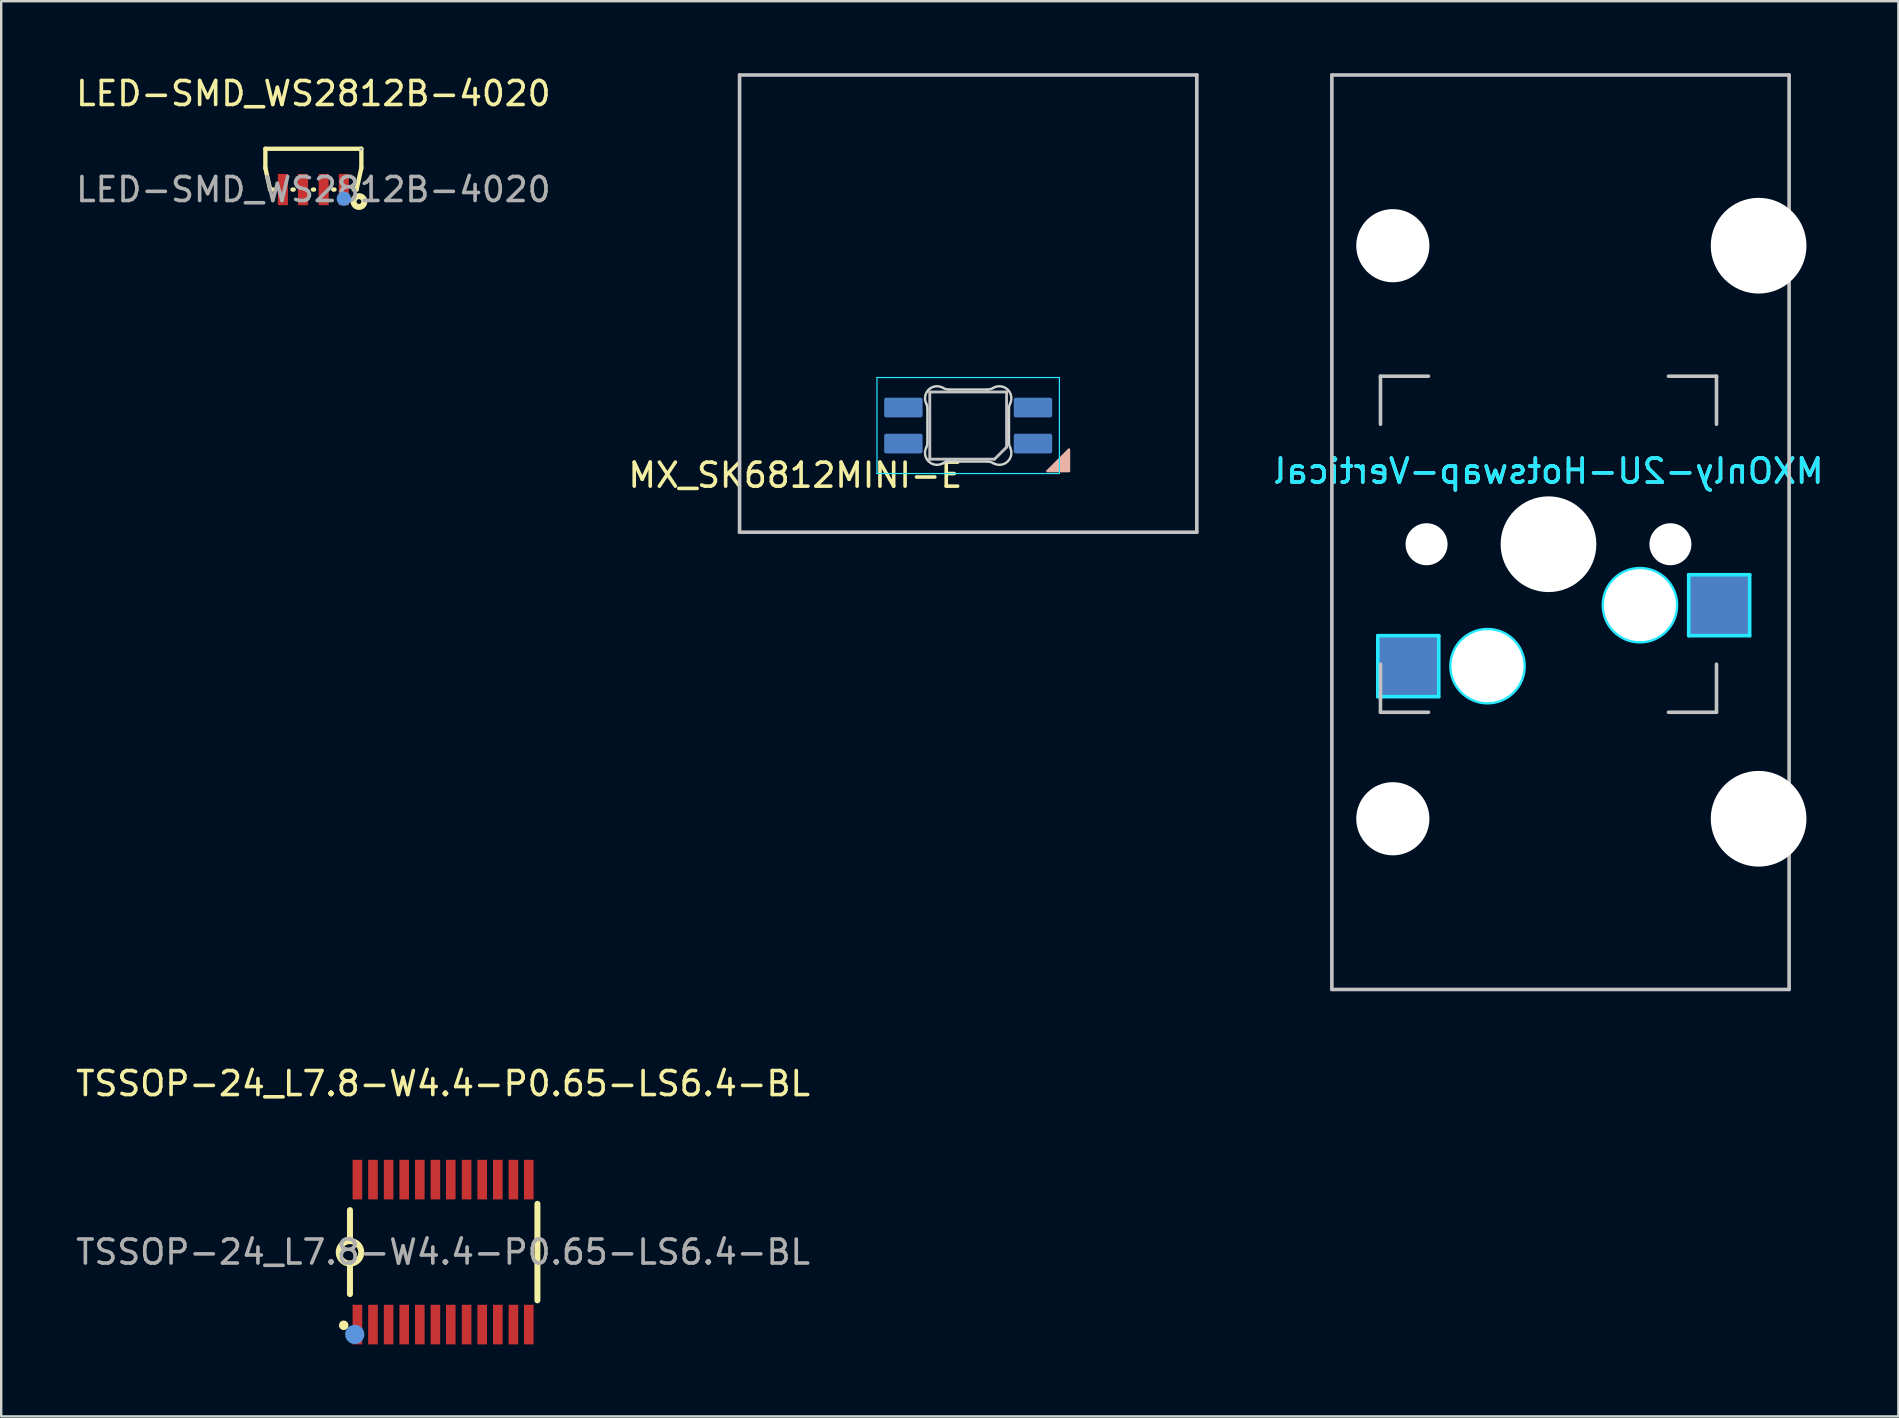
<source format=kicad_pcb>
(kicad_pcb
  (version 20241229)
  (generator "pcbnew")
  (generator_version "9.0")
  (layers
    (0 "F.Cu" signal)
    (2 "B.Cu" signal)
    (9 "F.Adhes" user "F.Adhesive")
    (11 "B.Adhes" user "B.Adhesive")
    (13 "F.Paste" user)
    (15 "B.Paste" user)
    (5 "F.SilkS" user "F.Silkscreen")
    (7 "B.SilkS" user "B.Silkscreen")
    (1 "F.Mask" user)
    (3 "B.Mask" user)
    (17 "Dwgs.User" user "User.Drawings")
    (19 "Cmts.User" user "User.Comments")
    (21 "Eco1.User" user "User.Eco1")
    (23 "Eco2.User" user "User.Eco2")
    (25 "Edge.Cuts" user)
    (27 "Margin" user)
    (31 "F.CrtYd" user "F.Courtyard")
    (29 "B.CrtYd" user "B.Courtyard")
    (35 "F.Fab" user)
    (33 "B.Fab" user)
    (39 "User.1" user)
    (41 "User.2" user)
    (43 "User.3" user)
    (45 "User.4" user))
  (footprint "MX_SK6812MINI-E"
    (layer "F.Cu")
    (at 37.289 9.6)
    (property "Reference" "MX_SK6812MINI-E" (at -7.2 7.15 0) (layer "F.SilkS") (effects (font (size 1 1) (thickness 0.15))))
    (attr through_hole)
    (fp_poly (pts (xy 4.2 6.08) (xy 3.3 6.98) (xy 4.2 6.98)) (stroke (width 0.1) (type solid)) (fill yes) (layer "B.SilkS"))
    (fp_line (start -9.525 -9.525) (end 9.525 -9.525) (stroke (width 0.15) (type solid)) (layer "Dwgs.User"))
    (fp_line (start -9.525 9.525) (end -9.525 -9.525) (stroke (width 0.15) (type solid)) (layer "Dwgs.User"))
    (fp_line (start -1.6 3.68) (end -1.6 6.48) (stroke (width 0.12) (type solid)) (layer "Dwgs.User"))
    (fp_line (start -1.6 6.48) (end 1.1 6.48) (stroke (width 0.12) (type solid)) (layer "Dwgs.User"))
    (fp_line (start 1.6 3.68) (end -1.6 3.68) (stroke (width 0.12) (type solid)) (layer "Dwgs.User"))
    (fp_line (start 1.6 5.98) (end 1.1 6.48) (stroke (width 0.12) (type solid)) (layer "Dwgs.User"))
    (fp_line (start 1.6 5.98) (end 1.6 3.68) (stroke (width 0.12) (type solid)) (layer "Dwgs.User"))
    (fp_line (start 9.525 -9.525) (end 9.525 9.525) (stroke (width 0.15) (type solid)) (layer "Dwgs.User"))
    (fp_line (start 9.525 9.525) (end -9.525 9.525) (stroke (width 0.15) (type solid)) (layer "Dwgs.User"))
    (fp_line (start -1.7 5.783) (end -1.7 4.377) (stroke (width 0.1) (type solid)) (layer "Edge.Cuts"))
    (fp_line (start -0.794 3.58) (end 0.794 3.58) (stroke (width 0.1) (type solid)) (layer "Edge.Cuts"))
    (fp_line (start 0.794 6.58) (end -0.794 6.58) (stroke (width 0.1) (type solid)) (layer "Edge.Cuts"))
    (fp_line (start 1.7 4.377) (end 1.7 5.783) (stroke (width 0.1) (type solid)) (layer "Edge.Cuts"))
    (fp_arc (start -1.749484 4.160279) (mid -1.712527 4.265931) (end -1.699999 4.377157) (stroke (width 0.1) (type solid)) (layer "Edge.Cuts"))
    (fp_arc (start -1.749484 4.160279) (mid -1.638071 3.575964) (end -1.046711 3.5117) (stroke (width 0.1) (type solid)) (layer "Edge.Cuts"))
    (fp_arc (start -1.699999 5.782842) (mid -1.712527 5.894067) (end -1.749484 5.999719) (stroke (width 0.1) (type solid)) (layer "Edge.Cuts"))
    (fp_arc (start -1.046711 6.648296) (mid -1.63807 6.584033) (end -1.749484 5.999719) (stroke (width 0.1) (type solid)) (layer "Edge.Cuts"))
    (fp_arc (start -1.04671 6.648298) (mid -0.925122 6.597376) (end -0.794452 6.579999) (stroke (width 0.1) (type solid)) (layer "Edge.Cuts"))
    (fp_arc (start -0.794453 3.579999) (mid -0.925123 3.562622) (end -1.046711 3.5117) (stroke (width 0.1) (type solid)) (layer "Edge.Cuts"))
    (fp_arc (start 0.794452 6.579999) (mid 0.925123 6.597376) (end 1.046711 6.648298) (stroke (width 0.1) (type solid)) (layer "Edge.Cuts"))
    (fp_arc (start 1.046711 3.511701) (mid 0.925123 3.562623) (end 0.794453 3.58) (stroke (width 0.1) (type solid)) (layer "Edge.Cuts"))
    (fp_arc (start 1.046711 3.511701) (mid 1.638071 3.575965) (end 1.749484 4.160279) (stroke (width 0.1) (type solid)) (layer "Edge.Cuts"))
    (fp_arc (start 1.699999 4.377156) (mid 1.712527 4.265931) (end 1.749484 4.160279) (stroke (width 0.1) (type solid)) (layer "Edge.Cuts"))
    (fp_arc (start 1.749484 5.999718) (mid 1.638072 6.584034) (end 1.046711 6.648298) (stroke (width 0.1) (type solid)) (layer "Edge.Cuts"))
    (fp_arc (start 1.749484 5.999719) (mid 1.712527 5.894067) (end 1.699999 5.782841) (stroke (width 0.1) (type solid)) (layer "Edge.Cuts"))
    (fp_line (start -3.8 3.08) (end -3.8 7.08) (stroke (width 0.05) (type solid)) (layer "B.CrtYd"))
    (fp_line (start -3.8 7.08) (end 3.8 7.08) (stroke (width 0.05) (type solid)) (layer "B.CrtYd"))
    (fp_line (start 3.8 3.08) (end -3.8 3.08) (stroke (width 0.05) (type solid)) (layer "B.CrtYd"))
    (fp_line (start 3.8 7.08) (end 3.8 3.08) (stroke (width 0.05) (type solid)) (layer "B.CrtYd"))
    (pad "1" smd roundrect (at -2.7 4.33 270) (size 0.82 1.6) (layers "B.Cu" "B.Mask" "B.Paste") (roundrect_rratio 0.1))
    (pad "2" smd roundrect (at -2.7 5.83 270) (size 0.82 1.6) (layers "B.Cu" "B.Mask" "B.Paste") (roundrect_rratio 0.1))
    (pad "3" smd roundrect (at 2.7 5.83 270) (size 0.82 1.6) (layers "B.Cu" "B.Mask" "B.Paste") (roundrect_rratio 0.1))
    (pad "4" smd roundrect (at 2.7 4.33 270) (size 0.82 1.6) (layers "B.Cu" "B.Mask" "B.Paste") (roundrect_rratio 0.1)))
  (footprint "TSSOP-24_L7.8-W4.4-P0.65-LS6.4-BL"
    (layer "F.Cu")
    (at 15.411 49.118)
    (property "Reference" "TSSOP-24_L7.8-W4.4-P0.65-LS6.4-BL" (at 0 -7.02 0) (layer "F.SilkS") (effects (font (size 1 1) (thickness 0.15))))
    (attr through_hole)
    (fp_line (start -3.88 -0.48) (end -3.88 -1.75) (stroke (width 0.25) (type solid)) (layer "F.SilkS"))
    (fp_line (start -3.88 1.75) (end -3.88 0.48) (stroke (width 0.25) (type solid)) (layer "F.SilkS"))
    (fp_line (start 3.93 -2.01) (end 3.93 2.01) (stroke (width 0.25) (type solid)) (layer "F.SilkS"))
    (fp_arc (start -3.888203 0.479928) (mid -3.875898 -0.459982) (end -3.88 0.48) (stroke (width 0.25) (type solid)) (layer "F.SilkS"))
    (fp_circle (center -4.14 3.05) (end -4.04 3.05) (stroke (width 0.2) (type solid)) (fill no) (layer "F.SilkS"))
    (fp_circle (center -3.68 3.43) (end -3.48 3.43) (stroke (width 0.4) (type solid)) (fill no) (layer "Cmts.User"))
    (fp_circle (center -3.9 3.19) (end -3.87 3.19) (stroke (width 0.06) (type solid)) (fill no) (layer "F.Fab"))
    (fp_text user "${REFERENCE}" (at 0 0 0) (layer "F.Fab") (effects (font (size 1 1) (thickness 0.15))))
    (pad "1" smd rect (at -3.57 3.02) (size 0.4 1.65) (layers "F.Cu" "F.Mask" "F.Paste"))
    (pad "2" smd rect (at -2.92 3.02) (size 0.4 1.65) (layers "F.Cu" "F.Mask" "F.Paste"))
    (pad "3" smd rect (at -2.27 3.02) (size 0.4 1.65) (layers "F.Cu" "F.Mask" "F.Paste"))
    (pad "4" smd rect (at -1.62 3.02) (size 0.4 1.65) (layers "F.Cu" "F.Mask" "F.Paste"))
    (pad "5" smd rect (at -0.97 3.02) (size 0.4 1.65) (layers "F.Cu" "F.Mask" "F.Paste"))
    (pad "6" smd rect (at -0.32 3.02) (size 0.4 1.65) (layers "F.Cu" "F.Mask" "F.Paste"))
    (pad "7" smd rect (at 0.32 3.02) (size 0.4 1.65) (layers "F.Cu" "F.Mask" "F.Paste"))
    (pad "8" smd rect (at 0.98 3.02) (size 0.4 1.65) (layers "F.Cu" "F.Mask" "F.Paste"))
    (pad "9" smd rect (at 1.63 3.02) (size 0.4 1.65) (layers "F.Cu" "F.Mask" "F.Paste"))
    (pad "10" smd rect (at 2.28 3.02) (size 0.4 1.65) (layers "F.Cu" "F.Mask" "F.Paste"))
    (pad "11" smd rect (at 2.93 3.02) (size 0.4 1.65) (layers "F.Cu" "F.Mask" "F.Paste"))
    (pad "12" smd rect (at 3.57 3.02) (size 0.4 1.65) (layers "F.Cu" "F.Mask" "F.Paste"))
    (pad "13" smd rect (at 3.57 -3.02) (size 0.4 1.65) (layers "F.Cu" "F.Mask" "F.Paste"))
    (pad "14" smd rect (at 2.93 -3.02) (size 0.4 1.65) (layers "F.Cu" "F.Mask" "F.Paste"))
    (pad "15" smd rect (at 2.28 -3.02) (size 0.4 1.65) (layers "F.Cu" "F.Mask" "F.Paste"))
    (pad "16" smd rect (at 1.63 -3.02) (size 0.4 1.65) (layers "F.Cu" "F.Mask" "F.Paste"))
    (pad "17" smd rect (at 0.98 -3.02) (size 0.4 1.65) (layers "F.Cu" "F.Mask" "F.Paste"))
    (pad "18" smd rect (at 0.32 -3.02) (size 0.4 1.65) (layers "F.Cu" "F.Mask" "F.Paste"))
    (pad "19" smd rect (at -0.32 -3.02) (size 0.4 1.65) (layers "F.Cu" "F.Mask" "F.Paste"))
    (pad "20" smd rect (at -0.97 -3.02) (size 0.4 1.65) (layers "F.Cu" "F.Mask" "F.Paste"))
    (pad "21" smd rect (at -1.62 -3.02) (size 0.4 1.65) (layers "F.Cu" "F.Mask" "F.Paste"))
    (pad "22" smd rect (at -2.27 -3.02) (size 0.4 1.65) (layers "F.Cu" "F.Mask" "F.Paste"))
    (pad "23" smd rect (at -2.92 -3.02) (size 0.4 1.65) (layers "F.Cu" "F.Mask" "F.Paste"))
    (pad "24" smd rect (at -3.57 -3.02) (size 0.4 1.65) (layers "F.Cu" "F.Mask" "F.Paste")))
  (footprint "LED-SMD_WS2812B-4020"
    (layer "F.Cu")
    (at 10.006 4.848)
    (property "Reference" "LED-SMD_WS2812B-4020" (at 0 -4 0) (layer "F.SilkS") (effects (font (size 1 1) (thickness 0.15))))
    (attr through_hole)
    (fp_line (start -2 -1.7) (end 2 -1.7) (stroke (width 0.18) (type solid)) (layer "F.SilkS"))
    (fp_line (start -2 -0.9) (end -2 -1.7) (stroke (width 0.18) (type solid)) (layer "F.SilkS"))
    (fp_line (start -1.8 0) (end -2 -0.9) (stroke (width 0.18) (type solid)) (layer "F.SilkS"))
    (fp_line (start -1.67 0) (end -1.8 0) (stroke (width 0.18) (type solid)) (layer "F.SilkS"))
    (fp_line (start -0.82 0) (end -0.87 0) (stroke (width 0.18) (type solid)) (layer "F.SilkS"))
    (fp_line (start 0.03 0) (end -0.02 0) (stroke (width 0.18) (type solid)) (layer "F.SilkS"))
    (fp_line (start 0.88 0) (end 0.83 0) (stroke (width 0.18) (type solid)) (layer "F.SilkS"))
    (fp_line (start 1.8 0) (end 1.68 0) (stroke (width 0.18) (type solid)) (layer "F.SilkS"))
    (fp_line (start 2 -1.7) (end 2 -0.9) (stroke (width 0.18) (type solid)) (layer "F.SilkS"))
    (fp_line (start 2 -0.9) (end 1.8 0) (stroke (width 0.18) (type solid)) (layer "F.SilkS"))
    (fp_circle (center 1.9 0.5) (end 2 0.5) (stroke (width 0.25) (type solid)) (fill no) (layer "F.SilkS"))
    (fp_circle (center 1.27 0.38) (end 1.42 0.38) (stroke (width 0.3) (type solid)) (fill no) (layer "Cmts.User"))
    (fp_circle (center 1.99 -1.68) (end 2.02 -1.68) (stroke (width 0.06) (type solid)) (fill no) (layer "F.Fab"))
    (fp_text user "${REFERENCE}" (at 0 0 0) (layer "F.Fab") (effects (font (size 1 1) (thickness 0.15))))
    (pad "1" smd rect (at 1.27 0) (size 0.42 1.3) (layers "F.Cu" "F.Mask" "F.Paste"))
    (pad "2" smd rect (at 0.43 0 180) (size 0.42 1.3) (layers "F.Cu" "F.Mask" "F.Paste"))
    (pad "3" smd rect (at -0.43 0 180) (size 0.42 1.3) (layers "F.Cu" "F.Mask" "F.Paste"))
    (pad "4" smd rect (at -1.27 0 180) (size 0.42 1.3) (layers "F.Cu" "F.Mask" "F.Paste")))
  (footprint "MXOnly-2U-Hotswap-Vertical"
    (layer "F.Cu")
    (at 61.967 19.125)
    (property "Reference" "MXOnly-2U-Hotswap-Vertical" (at -0.5 -2.548 180) (layer "B.CrtYd") (effects (font (size 1 1) (thickness 0.15)) (justify mirror)))
    (attr smd)
    (fp_line (start -9.525 -19.05) (end 9.525 -19.05) (stroke (width 0.15) (type solid)) (layer "Dwgs.User"))
    (fp_line (start -9.525 19.05) (end -9.525 -19.05) (stroke (width 0.15) (type solid)) (layer "Dwgs.User"))
    (fp_line (start -7.5 -6.5) (end -7.5 -4.5) (stroke (width 0.15) (type solid)) (layer "Dwgs.User"))
    (fp_line (start -7.5 7.5) (end -7.5 5.5) (stroke (width 0.15) (type solid)) (layer "Dwgs.User"))
    (fp_line (start -5.5 -6.5) (end -7.5 -6.5) (stroke (width 0.15) (type solid)) (layer "Dwgs.User"))
    (fp_line (start -5.5 7.5) (end -7.5 7.5) (stroke (width 0.15) (type solid)) (layer "Dwgs.User"))
    (fp_line (start 4.5 7.5) (end 6.5 7.5) (stroke (width 0.15) (type solid)) (layer "Dwgs.User"))
    (fp_line (start 6.5 -6.5) (end 4.5 -6.5) (stroke (width 0.15) (type solid)) (layer "Dwgs.User"))
    (fp_line (start 6.5 -4.5) (end 6.5 -6.5) (stroke (width 0.15) (type solid)) (layer "Dwgs.User"))
    (fp_line (start 6.5 7.5) (end 6.5 5.5) (stroke (width 0.15) (type solid)) (layer "Dwgs.User"))
    (fp_line (start 9.525 -19.05) (end 9.525 19.05) (stroke (width 0.15) (type solid)) (layer "Dwgs.User"))
    (fp_line (start 9.525 19.05) (end -9.525 19.05) (stroke (width 0.15) (type solid)) (layer "Dwgs.User"))
    (fp_line (start -7.612 4.31) (end -5.072 4.31) (stroke (width 0.15) (type solid)) (layer "B.CrtYd"))
    (fp_line (start -7.612 6.85) (end -7.612 4.31) (stroke (width 0.15) (type solid)) (layer "B.CrtYd"))
    (fp_line (start -5.072 4.31) (end -5.072 6.85) (stroke (width 0.15) (type solid)) (layer "B.CrtYd"))
    (fp_line (start -5.072 6.85) (end -7.612 6.85) (stroke (width 0.15) (type solid)) (layer "B.CrtYd"))
    (fp_line (start 5.342 1.77) (end 7.882 1.77) (stroke (width 0.15) (type solid)) (layer "B.CrtYd"))
    (fp_line (start 5.342 4.31) (end 5.342 1.77) (stroke (width 0.15) (type solid)) (layer "B.CrtYd"))
    (fp_line (start 7.882 1.77) (end 7.882 4.31) (stroke (width 0.15) (type solid)) (layer "B.CrtYd"))
    (fp_line (start 7.882 4.31) (end 5.342 4.31) (stroke (width 0.15) (type solid)) (layer "B.CrtYd"))
    (fp_circle (center -3.04 5.58) (end -3.04 7.104) (stroke (width 0.15) (type solid)) (fill no) (layer "B.CrtYd"))
    (fp_circle (center 3.31 3.04) (end 3.31 4.564) (stroke (width 0.15) (type solid)) (fill no) (layer "B.CrtYd"))
    (fp_text user "${REFERENCE}" (at -0.5 -2.548 0) (layer "B.SilkS") (effects (font (size 1 1) (thickness 0.15)) (justify mirror)))
    (pad "" np_thru_hole circle (at -6.985 -11.938 90) (size 3.048 3.048) (drill 3.048) (layers "*.Cu" "*.Mask"))
    (pad "" np_thru_hole circle (at -6.985 11.938 90) (size 3.048 3.048) (drill 3.048) (layers "*.Cu" "*.Mask"))
    (pad "" np_thru_hole circle (at -5.58 0.5 228.1) (size 1.75 1.75) (drill 1.75) (layers "*.Cu" "*.Mask"))
    (pad "" np_thru_hole circle (at -3.04 5.58 180) (size 3 3) (drill 3) (layers "*.Cu" "*.Mask"))
    (pad "" np_thru_hole circle (at -0.5 0.5 180) (size 3.988 3.988) (drill 3.988) (layers "*.Cu" "*.Mask"))
    (pad "" np_thru_hole circle (at 3.31 3.04 180) (size 3 3) (drill 3) (layers "*.Cu" "*.Mask"))
    (pad "" np_thru_hole circle (at 4.58 0.5 228.1) (size 1.75 1.75) (drill 1.75) (layers "*.Cu" "*.Mask"))
    (pad "" np_thru_hole circle (at 8.255 -11.938 90) (size 3.988 3.988) (drill 3.988) (layers "*.Cu" "*.Mask"))
    (pad "" np_thru_hole circle (at 8.255 11.938 90) (size 3.988 3.988) (drill 3.988) (layers "*.Cu" "*.Mask"))
    (pad "1" smd rect (at 6.585 3.04 180) (size 2.55 2.5) (layers "B.Cu" "B.Mask" "B.Paste"))
    (pad "2" smd rect (at -6.342 5.58 180) (size 2.55 2.5) (layers "B.Cu" "B.Mask" "B.Paste")))
  (gr_rect
    (start -3 -3)
    (end 76.044 55.963)
    (stroke (width 0.1) (type default))
    (fill no)
    (layer "Edge.Cuts")))
</source>
